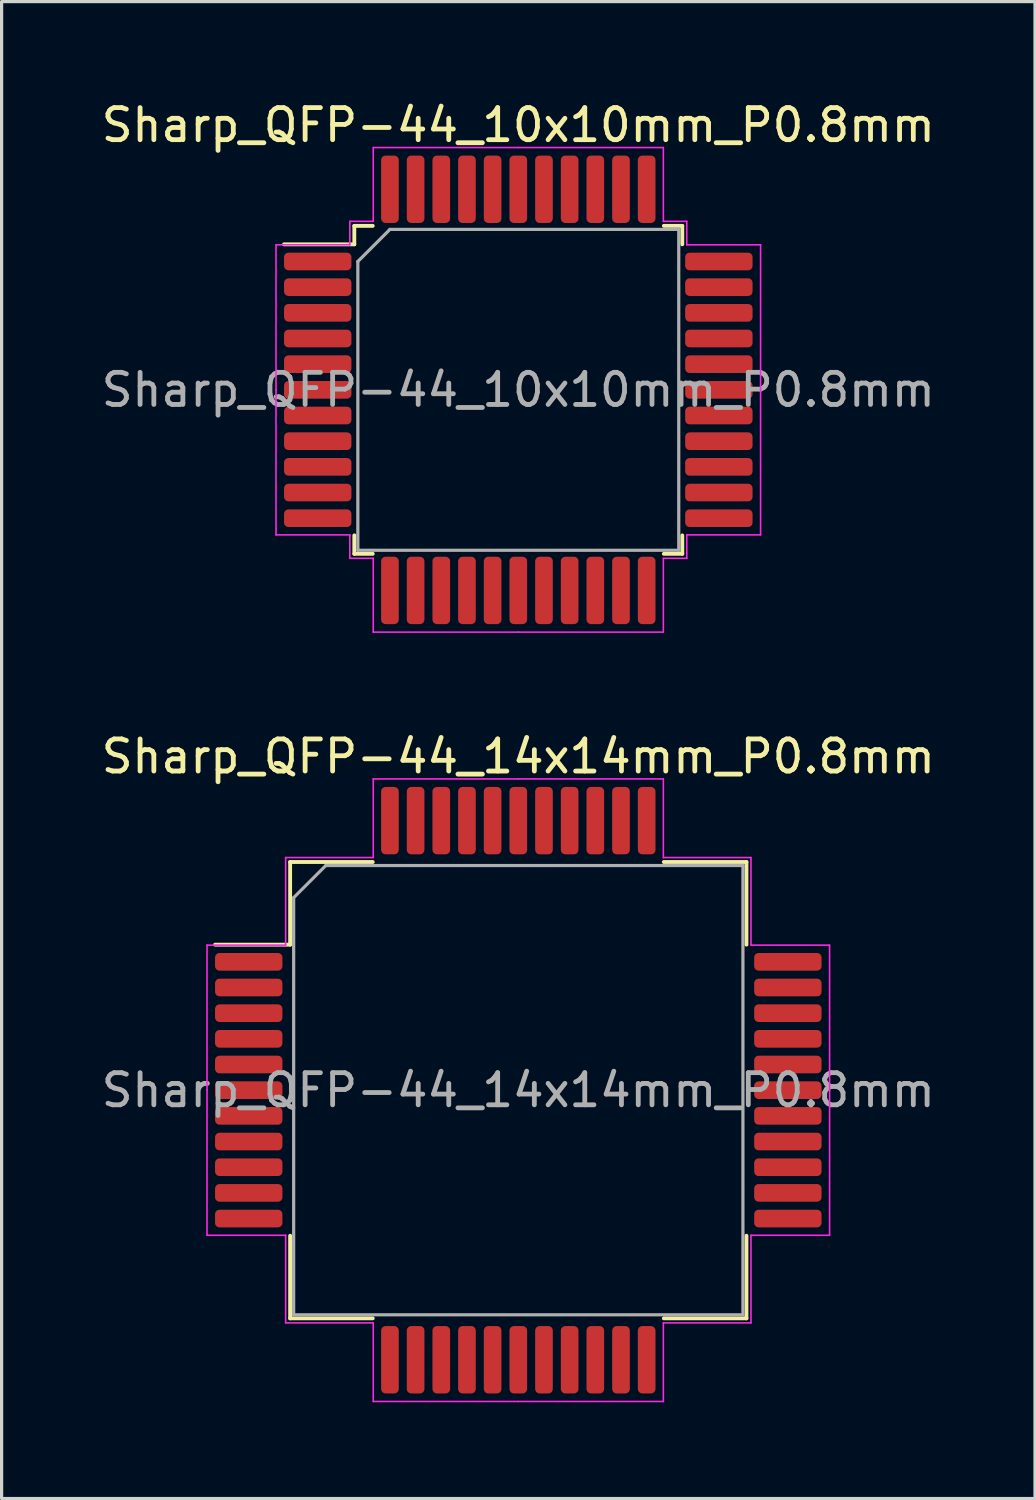
<source format=kicad_pcb>
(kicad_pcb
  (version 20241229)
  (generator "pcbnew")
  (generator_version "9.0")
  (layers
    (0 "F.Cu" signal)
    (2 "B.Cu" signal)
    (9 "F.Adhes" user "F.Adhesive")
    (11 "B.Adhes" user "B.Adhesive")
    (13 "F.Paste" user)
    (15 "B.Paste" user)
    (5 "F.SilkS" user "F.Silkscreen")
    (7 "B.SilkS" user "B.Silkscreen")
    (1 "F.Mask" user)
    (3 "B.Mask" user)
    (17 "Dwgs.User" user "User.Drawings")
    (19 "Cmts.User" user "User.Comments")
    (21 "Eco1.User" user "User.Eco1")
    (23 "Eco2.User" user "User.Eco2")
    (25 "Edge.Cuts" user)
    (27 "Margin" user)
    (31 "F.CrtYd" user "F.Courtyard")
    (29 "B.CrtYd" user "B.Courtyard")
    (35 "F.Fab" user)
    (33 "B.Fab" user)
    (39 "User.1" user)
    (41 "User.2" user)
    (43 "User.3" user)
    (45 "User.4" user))
  (footprint "Sharp_QFP-44_10x10mm_P0.8mm"
    (layer "F.Cu")
    (at 13.101 9.098)
    (property "Reference" "Sharp_QFP-44_10x10mm_P0.8mm" (at 0 -8.25 0) (layer "F.SilkS") (effects (font (size 1 1) (thickness 0.15))))
    (attr smd)
    (fp_line (start -5.11 -5.11) (end -5.11 -4.535) (stroke (width 0.12) (type solid)) (layer "F.SilkS"))
    (fp_line (start -5.11 -4.535) (end -7.3 -4.535) (stroke (width 0.12) (type solid)) (layer "F.SilkS"))
    (fp_line (start -5.11 5.11) (end -5.11 4.535) (stroke (width 0.12) (type solid)) (layer "F.SilkS"))
    (fp_line (start -4.535 -5.11) (end -5.11 -5.11) (stroke (width 0.12) (type solid)) (layer "F.SilkS"))
    (fp_line (start -4.535 5.11) (end -5.11 5.11) (stroke (width 0.12) (type solid)) (layer "F.SilkS"))
    (fp_line (start 4.535 -5.11) (end 5.11 -5.11) (stroke (width 0.12) (type solid)) (layer "F.SilkS"))
    (fp_line (start 4.535 5.11) (end 5.11 5.11) (stroke (width 0.12) (type solid)) (layer "F.SilkS"))
    (fp_line (start 5.11 -5.11) (end 5.11 -4.535) (stroke (width 0.12) (type solid)) (layer "F.SilkS"))
    (fp_line (start 5.11 5.11) (end 5.11 4.535) (stroke (width 0.12) (type solid)) (layer "F.SilkS"))
    (fp_line (start -7.55 -4.52) (end -7.55 0) (stroke (width 0.05) (type solid)) (layer "F.CrtYd"))
    (fp_line (start -7.55 4.52) (end -7.55 0) (stroke (width 0.05) (type solid)) (layer "F.CrtYd"))
    (fp_line (start -5.25 -5.25) (end -5.25 -4.52) (stroke (width 0.05) (type solid)) (layer "F.CrtYd"))
    (fp_line (start -5.25 -4.52) (end -7.55 -4.52) (stroke (width 0.05) (type solid)) (layer "F.CrtYd"))
    (fp_line (start -5.25 4.52) (end -7.55 4.52) (stroke (width 0.05) (type solid)) (layer "F.CrtYd"))
    (fp_line (start -5.25 5.25) (end -5.25 4.52) (stroke (width 0.05) (type solid)) (layer "F.CrtYd"))
    (fp_line (start -4.52 -7.55) (end -4.52 -5.25) (stroke (width 0.05) (type solid)) (layer "F.CrtYd"))
    (fp_line (start -4.52 -5.25) (end -5.25 -5.25) (stroke (width 0.05) (type solid)) (layer "F.CrtYd"))
    (fp_line (start -4.52 5.25) (end -5.25 5.25) (stroke (width 0.05) (type solid)) (layer "F.CrtYd"))
    (fp_line (start -4.52 7.55) (end -4.52 5.25) (stroke (width 0.05) (type solid)) (layer "F.CrtYd"))
    (fp_line (start 0 -7.55) (end -4.52 -7.55) (stroke (width 0.05) (type solid)) (layer "F.CrtYd"))
    (fp_line (start 0 -7.55) (end 4.52 -7.55) (stroke (width 0.05) (type solid)) (layer "F.CrtYd"))
    (fp_line (start 0 7.55) (end -4.52 7.55) (stroke (width 0.05) (type solid)) (layer "F.CrtYd"))
    (fp_line (start 0 7.55) (end 4.52 7.55) (stroke (width 0.05) (type solid)) (layer "F.CrtYd"))
    (fp_line (start 4.52 -7.55) (end 4.52 -5.25) (stroke (width 0.05) (type solid)) (layer "F.CrtYd"))
    (fp_line (start 4.52 -5.25) (end 5.25 -5.25) (stroke (width 0.05) (type solid)) (layer "F.CrtYd"))
    (fp_line (start 4.52 5.25) (end 5.25 5.25) (stroke (width 0.05) (type solid)) (layer "F.CrtYd"))
    (fp_line (start 4.52 7.55) (end 4.52 5.25) (stroke (width 0.05) (type solid)) (layer "F.CrtYd"))
    (fp_line (start 5.25 -5.25) (end 5.25 -4.52) (stroke (width 0.05) (type solid)) (layer "F.CrtYd"))
    (fp_line (start 5.25 -4.52) (end 7.55 -4.52) (stroke (width 0.05) (type solid)) (layer "F.CrtYd"))
    (fp_line (start 5.25 4.52) (end 7.55 4.52) (stroke (width 0.05) (type solid)) (layer "F.CrtYd"))
    (fp_line (start 5.25 5.25) (end 5.25 4.52) (stroke (width 0.05) (type solid)) (layer "F.CrtYd"))
    (fp_line (start 7.55 -4.52) (end 7.55 0) (stroke (width 0.05) (type solid)) (layer "F.CrtYd"))
    (fp_line (start 7.55 4.52) (end 7.55 0) (stroke (width 0.05) (type solid)) (layer "F.CrtYd"))
    (fp_line (start -5 -4) (end -4 -5) (stroke (width 0.1) (type solid)) (layer "F.Fab"))
    (fp_line (start -5 5) (end -5 -4) (stroke (width 0.1) (type solid)) (layer "F.Fab"))
    (fp_line (start -4 -5) (end 5 -5) (stroke (width 0.1) (type solid)) (layer "F.Fab"))
    (fp_line (start 5 -5) (end 5 5) (stroke (width 0.1) (type solid)) (layer "F.Fab"))
    (fp_line (start 5 5) (end -5 5) (stroke (width 0.1) (type solid)) (layer "F.Fab"))
    (fp_text user "${REFERENCE}" (at 0 0 0) (layer "F.Fab") (effects (font (size 1 1) (thickness 0.15))))
    (pad "1" smd roundrect (at -6.25 -4) (size 2.1 0.55) (layers "F.Cu" "F.Mask" "F.Paste") (roundrect_rratio 0.25))
    (pad "2" smd roundrect (at -6.25 -3.2) (size 2.1 0.55) (layers "F.Cu" "F.Mask" "F.Paste") (roundrect_rratio 0.25))
    (pad "3" smd roundrect (at -6.25 -2.4) (size 2.1 0.55) (layers "F.Cu" "F.Mask" "F.Paste") (roundrect_rratio 0.25))
    (pad "4" smd roundrect (at -6.25 -1.6) (size 2.1 0.55) (layers "F.Cu" "F.Mask" "F.Paste") (roundrect_rratio 0.25))
    (pad "5" smd roundrect (at -6.25 -0.8) (size 2.1 0.55) (layers "F.Cu" "F.Mask" "F.Paste") (roundrect_rratio 0.25))
    (pad "6" smd roundrect (at -6.25 0) (size 2.1 0.55) (layers "F.Cu" "F.Mask" "F.Paste") (roundrect_rratio 0.25))
    (pad "7" smd roundrect (at -6.25 0.8) (size 2.1 0.55) (layers "F.Cu" "F.Mask" "F.Paste") (roundrect_rratio 0.25))
    (pad "8" smd roundrect (at -6.25 1.6) (size 2.1 0.55) (layers "F.Cu" "F.Mask" "F.Paste") (roundrect_rratio 0.25))
    (pad "9" smd roundrect (at -6.25 2.4) (size 2.1 0.55) (layers "F.Cu" "F.Mask" "F.Paste") (roundrect_rratio 0.25))
    (pad "10" smd roundrect (at -6.25 3.2) (size 2.1 0.55) (layers "F.Cu" "F.Mask" "F.Paste") (roundrect_rratio 0.25))
    (pad "11" smd roundrect (at -6.25 4) (size 2.1 0.55) (layers "F.Cu" "F.Mask" "F.Paste") (roundrect_rratio 0.25))
    (pad "12" smd roundrect (at -4 6.25) (size 0.55 2.1) (layers "F.Cu" "F.Mask" "F.Paste") (roundrect_rratio 0.25))
    (pad "13" smd roundrect (at -3.2 6.25) (size 0.55 2.1) (layers "F.Cu" "F.Mask" "F.Paste") (roundrect_rratio 0.25))
    (pad "14" smd roundrect (at -2.4 6.25) (size 0.55 2.1) (layers "F.Cu" "F.Mask" "F.Paste") (roundrect_rratio 0.25))
    (pad "15" smd roundrect (at -1.6 6.25) (size 0.55 2.1) (layers "F.Cu" "F.Mask" "F.Paste") (roundrect_rratio 0.25))
    (pad "16" smd roundrect (at -0.8 6.25) (size 0.55 2.1) (layers "F.Cu" "F.Mask" "F.Paste") (roundrect_rratio 0.25))
    (pad "17" smd roundrect (at 0 6.25) (size 0.55 2.1) (layers "F.Cu" "F.Mask" "F.Paste") (roundrect_rratio 0.25))
    (pad "18" smd roundrect (at 0.8 6.25) (size 0.55 2.1) (layers "F.Cu" "F.Mask" "F.Paste") (roundrect_rratio 0.25))
    (pad "19" smd roundrect (at 1.6 6.25) (size 0.55 2.1) (layers "F.Cu" "F.Mask" "F.Paste") (roundrect_rratio 0.25))
    (pad "20" smd roundrect (at 2.4 6.25) (size 0.55 2.1) (layers "F.Cu" "F.Mask" "F.Paste") (roundrect_rratio 0.25))
    (pad "21" smd roundrect (at 3.2 6.25) (size 0.55 2.1) (layers "F.Cu" "F.Mask" "F.Paste") (roundrect_rratio 0.25))
    (pad "22" smd roundrect (at 4 6.25) (size 0.55 2.1) (layers "F.Cu" "F.Mask" "F.Paste") (roundrect_rratio 0.25))
    (pad "23" smd roundrect (at 6.25 4) (size 2.1 0.55) (layers "F.Cu" "F.Mask" "F.Paste") (roundrect_rratio 0.25))
    (pad "24" smd roundrect (at 6.25 3.2) (size 2.1 0.55) (layers "F.Cu" "F.Mask" "F.Paste") (roundrect_rratio 0.25))
    (pad "25" smd roundrect (at 6.25 2.4) (size 2.1 0.55) (layers "F.Cu" "F.Mask" "F.Paste") (roundrect_rratio 0.25))
    (pad "26" smd roundrect (at 6.25 1.6) (size 2.1 0.55) (layers "F.Cu" "F.Mask" "F.Paste") (roundrect_rratio 0.25))
    (pad "27" smd roundrect (at 6.25 0.8) (size 2.1 0.55) (layers "F.Cu" "F.Mask" "F.Paste") (roundrect_rratio 0.25))
    (pad "28" smd roundrect (at 6.25 0) (size 2.1 0.55) (layers "F.Cu" "F.Mask" "F.Paste") (roundrect_rratio 0.25))
    (pad "29" smd roundrect (at 6.25 -0.8) (size 2.1 0.55) (layers "F.Cu" "F.Mask" "F.Paste") (roundrect_rratio 0.25))
    (pad "30" smd roundrect (at 6.25 -1.6) (size 2.1 0.55) (layers "F.Cu" "F.Mask" "F.Paste") (roundrect_rratio 0.25))
    (pad "31" smd roundrect (at 6.25 -2.4) (size 2.1 0.55) (layers "F.Cu" "F.Mask" "F.Paste") (roundrect_rratio 0.25))
    (pad "32" smd roundrect (at 6.25 -3.2) (size 2.1 0.55) (layers "F.Cu" "F.Mask" "F.Paste") (roundrect_rratio 0.25))
    (pad "33" smd roundrect (at 6.25 -4) (size 2.1 0.55) (layers "F.Cu" "F.Mask" "F.Paste") (roundrect_rratio 0.25))
    (pad "34" smd roundrect (at 4 -6.25) (size 0.55 2.1) (layers "F.Cu" "F.Mask" "F.Paste") (roundrect_rratio 0.25))
    (pad "35" smd roundrect (at 3.2 -6.25) (size 0.55 2.1) (layers "F.Cu" "F.Mask" "F.Paste") (roundrect_rratio 0.25))
    (pad "36" smd roundrect (at 2.4 -6.25) (size 0.55 2.1) (layers "F.Cu" "F.Mask" "F.Paste") (roundrect_rratio 0.25))
    (pad "37" smd roundrect (at 1.6 -6.25) (size 0.55 2.1) (layers "F.Cu" "F.Mask" "F.Paste") (roundrect_rratio 0.25))
    (pad "38" smd roundrect (at 0.8 -6.25) (size 0.55 2.1) (layers "F.Cu" "F.Mask" "F.Paste") (roundrect_rratio 0.25))
    (pad "39" smd roundrect (at 0 -6.25) (size 0.55 2.1) (layers "F.Cu" "F.Mask" "F.Paste") (roundrect_rratio 0.25))
    (pad "40" smd roundrect (at -0.8 -6.25) (size 0.55 2.1) (layers "F.Cu" "F.Mask" "F.Paste") (roundrect_rratio 0.25))
    (pad "41" smd roundrect (at -1.6 -6.25) (size 0.55 2.1) (layers "F.Cu" "F.Mask" "F.Paste") (roundrect_rratio 0.25))
    (pad "42" smd roundrect (at -2.4 -6.25) (size 0.55 2.1) (layers "F.Cu" "F.Mask" "F.Paste") (roundrect_rratio 0.25))
    (pad "43" smd roundrect (at -3.2 -6.25) (size 0.55 2.1) (layers "F.Cu" "F.Mask" "F.Paste") (roundrect_rratio 0.25))
    (pad "44" smd roundrect (at -4 -6.25) (size 0.55 2.1) (layers "F.Cu" "F.Mask" "F.Paste") (roundrect_rratio 0.25)))
  (footprint "Sharp_QFP-44_14x14mm_P0.8mm"
    (layer "F.Cu")
    (at 13.101 30.922)
    (property "Reference" "Sharp_QFP-44_14x14mm_P0.8mm" (at 0 -10.4 0) (layer "F.SilkS") (effects (font (size 1 1) (thickness 0.15))))
    (attr smd)
    (fp_line (start -7.11 -7.11) (end -7.11 -4.535) (stroke (width 0.12) (type solid)) (layer "F.SilkS"))
    (fp_line (start -7.11 -4.535) (end -9.45 -4.535) (stroke (width 0.12) (type solid)) (layer "F.SilkS"))
    (fp_line (start -7.11 7.11) (end -7.11 4.535) (stroke (width 0.12) (type solid)) (layer "F.SilkS"))
    (fp_line (start -4.535 -7.11) (end -7.11 -7.11) (stroke (width 0.12) (type solid)) (layer "F.SilkS"))
    (fp_line (start -4.535 7.11) (end -7.11 7.11) (stroke (width 0.12) (type solid)) (layer "F.SilkS"))
    (fp_line (start 4.535 -7.11) (end 7.11 -7.11) (stroke (width 0.12) (type solid)) (layer "F.SilkS"))
    (fp_line (start 4.535 7.11) (end 7.11 7.11) (stroke (width 0.12) (type solid)) (layer "F.SilkS"))
    (fp_line (start 7.11 -7.11) (end 7.11 -4.535) (stroke (width 0.12) (type solid)) (layer "F.SilkS"))
    (fp_line (start 7.11 7.11) (end 7.11 4.535) (stroke (width 0.12) (type solid)) (layer "F.SilkS"))
    (fp_line (start -9.7 -4.52) (end -9.7 0) (stroke (width 0.05) (type solid)) (layer "F.CrtYd"))
    (fp_line (start -9.7 4.52) (end -9.7 0) (stroke (width 0.05) (type solid)) (layer "F.CrtYd"))
    (fp_line (start -7.25 -7.25) (end -7.25 -4.52) (stroke (width 0.05) (type solid)) (layer "F.CrtYd"))
    (fp_line (start -7.25 -4.52) (end -9.7 -4.52) (stroke (width 0.05) (type solid)) (layer "F.CrtYd"))
    (fp_line (start -7.25 4.52) (end -9.7 4.52) (stroke (width 0.05) (type solid)) (layer "F.CrtYd"))
    (fp_line (start -7.25 7.25) (end -7.25 4.52) (stroke (width 0.05) (type solid)) (layer "F.CrtYd"))
    (fp_line (start -4.52 -9.7) (end -4.52 -7.25) (stroke (width 0.05) (type solid)) (layer "F.CrtYd"))
    (fp_line (start -4.52 -7.25) (end -7.25 -7.25) (stroke (width 0.05) (type solid)) (layer "F.CrtYd"))
    (fp_line (start -4.52 7.25) (end -7.25 7.25) (stroke (width 0.05) (type solid)) (layer "F.CrtYd"))
    (fp_line (start -4.52 9.7) (end -4.52 7.25) (stroke (width 0.05) (type solid)) (layer "F.CrtYd"))
    (fp_line (start 0 -9.7) (end -4.52 -9.7) (stroke (width 0.05) (type solid)) (layer "F.CrtYd"))
    (fp_line (start 0 -9.7) (end 4.52 -9.7) (stroke (width 0.05) (type solid)) (layer "F.CrtYd"))
    (fp_line (start 0 9.7) (end -4.52 9.7) (stroke (width 0.05) (type solid)) (layer "F.CrtYd"))
    (fp_line (start 0 9.7) (end 4.52 9.7) (stroke (width 0.05) (type solid)) (layer "F.CrtYd"))
    (fp_line (start 4.52 -9.7) (end 4.52 -7.25) (stroke (width 0.05) (type solid)) (layer "F.CrtYd"))
    (fp_line (start 4.52 -7.25) (end 7.25 -7.25) (stroke (width 0.05) (type solid)) (layer "F.CrtYd"))
    (fp_line (start 4.52 7.25) (end 7.25 7.25) (stroke (width 0.05) (type solid)) (layer "F.CrtYd"))
    (fp_line (start 4.52 9.7) (end 4.52 7.25) (stroke (width 0.05) (type solid)) (layer "F.CrtYd"))
    (fp_line (start 7.25 -7.25) (end 7.25 -4.52) (stroke (width 0.05) (type solid)) (layer "F.CrtYd"))
    (fp_line (start 7.25 -4.52) (end 9.7 -4.52) (stroke (width 0.05) (type solid)) (layer "F.CrtYd"))
    (fp_line (start 7.25 4.52) (end 9.7 4.52) (stroke (width 0.05) (type solid)) (layer "F.CrtYd"))
    (fp_line (start 7.25 7.25) (end 7.25 4.52) (stroke (width 0.05) (type solid)) (layer "F.CrtYd"))
    (fp_line (start 9.7 -4.52) (end 9.7 0) (stroke (width 0.05) (type solid)) (layer "F.CrtYd"))
    (fp_line (start 9.7 4.52) (end 9.7 0) (stroke (width 0.05) (type solid)) (layer "F.CrtYd"))
    (fp_line (start -7 -6) (end -6 -7) (stroke (width 0.1) (type solid)) (layer "F.Fab"))
    (fp_line (start -7 7) (end -7 -6) (stroke (width 0.1) (type solid)) (layer "F.Fab"))
    (fp_line (start -6 -7) (end 7 -7) (stroke (width 0.1) (type solid)) (layer "F.Fab"))
    (fp_line (start 7 -7) (end 7 7) (stroke (width 0.1) (type solid)) (layer "F.Fab"))
    (fp_line (start 7 7) (end -7 7) (stroke (width 0.1) (type solid)) (layer "F.Fab"))
    (fp_text user "${REFERENCE}" (at 0 0 0) (layer "F.Fab") (effects (font (size 1 1) (thickness 0.15))))
    (pad "1" smd roundrect (at -8.4 -4) (size 2.1 0.55) (layers "F.Cu" "F.Mask" "F.Paste") (roundrect_rratio 0.25))
    (pad "2" smd roundrect (at -8.4 -3.2) (size 2.1 0.55) (layers "F.Cu" "F.Mask" "F.Paste") (roundrect_rratio 0.25))
    (pad "3" smd roundrect (at -8.4 -2.4) (size 2.1 0.55) (layers "F.Cu" "F.Mask" "F.Paste") (roundrect_rratio 0.25))
    (pad "4" smd roundrect (at -8.4 -1.6) (size 2.1 0.55) (layers "F.Cu" "F.Mask" "F.Paste") (roundrect_rratio 0.25))
    (pad "5" smd roundrect (at -8.4 -0.8) (size 2.1 0.55) (layers "F.Cu" "F.Mask" "F.Paste") (roundrect_rratio 0.25))
    (pad "6" smd roundrect (at -8.4 0) (size 2.1 0.55) (layers "F.Cu" "F.Mask" "F.Paste") (roundrect_rratio 0.25))
    (pad "7" smd roundrect (at -8.4 0.8) (size 2.1 0.55) (layers "F.Cu" "F.Mask" "F.Paste") (roundrect_rratio 0.25))
    (pad "8" smd roundrect (at -8.4 1.6) (size 2.1 0.55) (layers "F.Cu" "F.Mask" "F.Paste") (roundrect_rratio 0.25))
    (pad "9" smd roundrect (at -8.4 2.4) (size 2.1 0.55) (layers "F.Cu" "F.Mask" "F.Paste") (roundrect_rratio 0.25))
    (pad "10" smd roundrect (at -8.4 3.2) (size 2.1 0.55) (layers "F.Cu" "F.Mask" "F.Paste") (roundrect_rratio 0.25))
    (pad "11" smd roundrect (at -8.4 4) (size 2.1 0.55) (layers "F.Cu" "F.Mask" "F.Paste") (roundrect_rratio 0.25))
    (pad "12" smd roundrect (at -4 8.4) (size 0.55 2.1) (layers "F.Cu" "F.Mask" "F.Paste") (roundrect_rratio 0.25))
    (pad "13" smd roundrect (at -3.2 8.4) (size 0.55 2.1) (layers "F.Cu" "F.Mask" "F.Paste") (roundrect_rratio 0.25))
    (pad "14" smd roundrect (at -2.4 8.4) (size 0.55 2.1) (layers "F.Cu" "F.Mask" "F.Paste") (roundrect_rratio 0.25))
    (pad "15" smd roundrect (at -1.6 8.4) (size 0.55 2.1) (layers "F.Cu" "F.Mask" "F.Paste") (roundrect_rratio 0.25))
    (pad "16" smd roundrect (at -0.8 8.4) (size 0.55 2.1) (layers "F.Cu" "F.Mask" "F.Paste") (roundrect_rratio 0.25))
    (pad "17" smd roundrect (at 0 8.4) (size 0.55 2.1) (layers "F.Cu" "F.Mask" "F.Paste") (roundrect_rratio 0.25))
    (pad "18" smd roundrect (at 0.8 8.4) (size 0.55 2.1) (layers "F.Cu" "F.Mask" "F.Paste") (roundrect_rratio 0.25))
    (pad "19" smd roundrect (at 1.6 8.4) (size 0.55 2.1) (layers "F.Cu" "F.Mask" "F.Paste") (roundrect_rratio 0.25))
    (pad "20" smd roundrect (at 2.4 8.4) (size 0.55 2.1) (layers "F.Cu" "F.Mask" "F.Paste") (roundrect_rratio 0.25))
    (pad "21" smd roundrect (at 3.2 8.4) (size 0.55 2.1) (layers "F.Cu" "F.Mask" "F.Paste") (roundrect_rratio 0.25))
    (pad "22" smd roundrect (at 4 8.4) (size 0.55 2.1) (layers "F.Cu" "F.Mask" "F.Paste") (roundrect_rratio 0.25))
    (pad "23" smd roundrect (at 8.4 4) (size 2.1 0.55) (layers "F.Cu" "F.Mask" "F.Paste") (roundrect_rratio 0.25))
    (pad "24" smd roundrect (at 8.4 3.2) (size 2.1 0.55) (layers "F.Cu" "F.Mask" "F.Paste") (roundrect_rratio 0.25))
    (pad "25" smd roundrect (at 8.4 2.4) (size 2.1 0.55) (layers "F.Cu" "F.Mask" "F.Paste") (roundrect_rratio 0.25))
    (pad "26" smd roundrect (at 8.4 1.6) (size 2.1 0.55) (layers "F.Cu" "F.Mask" "F.Paste") (roundrect_rratio 0.25))
    (pad "27" smd roundrect (at 8.4 0.8) (size 2.1 0.55) (layers "F.Cu" "F.Mask" "F.Paste") (roundrect_rratio 0.25))
    (pad "28" smd roundrect (at 8.4 0) (size 2.1 0.55) (layers "F.Cu" "F.Mask" "F.Paste") (roundrect_rratio 0.25))
    (pad "29" smd roundrect (at 8.4 -0.8) (size 2.1 0.55) (layers "F.Cu" "F.Mask" "F.Paste") (roundrect_rratio 0.25))
    (pad "30" smd roundrect (at 8.4 -1.6) (size 2.1 0.55) (layers "F.Cu" "F.Mask" "F.Paste") (roundrect_rratio 0.25))
    (pad "31" smd roundrect (at 8.4 -2.4) (size 2.1 0.55) (layers "F.Cu" "F.Mask" "F.Paste") (roundrect_rratio 0.25))
    (pad "32" smd roundrect (at 8.4 -3.2) (size 2.1 0.55) (layers "F.Cu" "F.Mask" "F.Paste") (roundrect_rratio 0.25))
    (pad "33" smd roundrect (at 8.4 -4) (size 2.1 0.55) (layers "F.Cu" "F.Mask" "F.Paste") (roundrect_rratio 0.25))
    (pad "34" smd roundrect (at 4 -8.4) (size 0.55 2.1) (layers "F.Cu" "F.Mask" "F.Paste") (roundrect_rratio 0.25))
    (pad "35" smd roundrect (at 3.2 -8.4) (size 0.55 2.1) (layers "F.Cu" "F.Mask" "F.Paste") (roundrect_rratio 0.25))
    (pad "36" smd roundrect (at 2.4 -8.4) (size 0.55 2.1) (layers "F.Cu" "F.Mask" "F.Paste") (roundrect_rratio 0.25))
    (pad "37" smd roundrect (at 1.6 -8.4) (size 0.55 2.1) (layers "F.Cu" "F.Mask" "F.Paste") (roundrect_rratio 0.25))
    (pad "38" smd roundrect (at 0.8 -8.4) (size 0.55 2.1) (layers "F.Cu" "F.Mask" "F.Paste") (roundrect_rratio 0.25))
    (pad "39" smd roundrect (at 0 -8.4) (size 0.55 2.1) (layers "F.Cu" "F.Mask" "F.Paste") (roundrect_rratio 0.25))
    (pad "40" smd roundrect (at -0.8 -8.4) (size 0.55 2.1) (layers "F.Cu" "F.Mask" "F.Paste") (roundrect_rratio 0.25))
    (pad "41" smd roundrect (at -1.6 -8.4) (size 0.55 2.1) (layers "F.Cu" "F.Mask" "F.Paste") (roundrect_rratio 0.25))
    (pad "42" smd roundrect (at -2.4 -8.4) (size 0.55 2.1) (layers "F.Cu" "F.Mask" "F.Paste") (roundrect_rratio 0.25))
    (pad "43" smd roundrect (at -3.2 -8.4) (size 0.55 2.1) (layers "F.Cu" "F.Mask" "F.Paste") (roundrect_rratio 0.25))
    (pad "44" smd roundrect (at -4 -8.4) (size 0.55 2.1) (layers "F.Cu" "F.Mask" "F.Paste") (roundrect_rratio 0.25)))
  (gr_rect
    (start -3 -3)
    (end 29.202 43.647)
    (stroke (width 0.1) (type default))
    (fill no)
    (layer "Edge.Cuts")))
</source>
